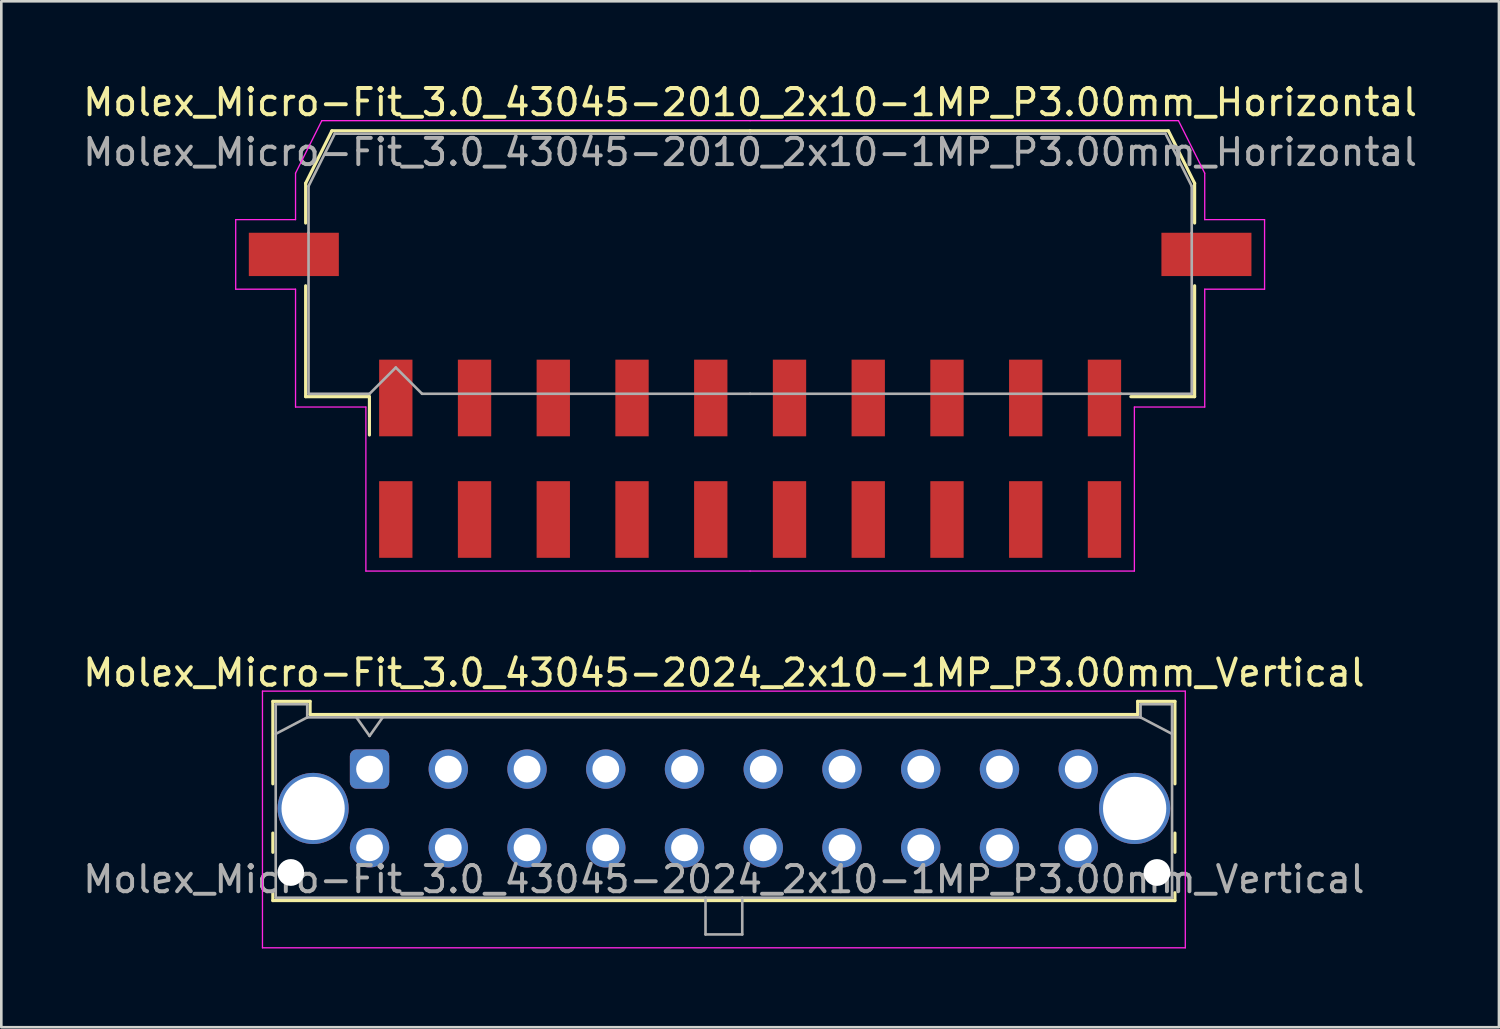
<source format=kicad_pcb>
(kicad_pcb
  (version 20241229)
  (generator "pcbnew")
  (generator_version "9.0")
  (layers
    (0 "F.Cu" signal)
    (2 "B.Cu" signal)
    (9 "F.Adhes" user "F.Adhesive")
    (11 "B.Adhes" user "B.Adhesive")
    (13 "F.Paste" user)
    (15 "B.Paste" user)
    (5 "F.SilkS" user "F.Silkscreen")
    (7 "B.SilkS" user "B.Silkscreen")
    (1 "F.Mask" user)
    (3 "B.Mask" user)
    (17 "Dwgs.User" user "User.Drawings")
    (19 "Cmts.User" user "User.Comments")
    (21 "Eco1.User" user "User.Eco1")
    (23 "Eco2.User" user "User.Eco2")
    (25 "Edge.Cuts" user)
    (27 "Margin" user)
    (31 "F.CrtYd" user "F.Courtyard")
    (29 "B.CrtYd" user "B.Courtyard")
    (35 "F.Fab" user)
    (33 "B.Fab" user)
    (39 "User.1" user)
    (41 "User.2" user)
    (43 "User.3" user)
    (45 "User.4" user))
  (footprint "Molex_Micro-Fit_3.0_43045-2010_2x10-1MP_P3.00mm_Horizontal"
    (layer "F.Cu")
    (at 25.53 14.428)
    (property "Reference" "Molex_Micro-Fit_3.0_43045-2010_2x10-1MP_P3.00mm_Horizontal" (at 0 -13.58 0) (layer "F.SilkS") (effects (font (size 1 1) (thickness 0.15))))
    (attr smd)
    (fp_line (start -16.935 -10.495) (end -16.935 -8.98) (stroke (width 0.12) (type solid)) (layer "F.SilkS"))
    (fp_line (start -16.935 -6.59) (end -16.935 -2.365) (stroke (width 0.12) (type solid)) (layer "F.SilkS"))
    (fp_line (start -16.935 -2.365) (end -14.505 -2.365) (stroke (width 0.12) (type solid)) (layer "F.SilkS"))
    (fp_line (start -15.935 -12.495) (end -16.935 -10.495) (stroke (width 0.12) (type solid)) (layer "F.SilkS"))
    (fp_line (start -14.505 -2.365) (end -14.505 -0.905) (stroke (width 0.12) (type solid)) (layer "F.SilkS"))
    (fp_line (start 0 -12.495) (end -15.935 -12.495) (stroke (width 0.12) (type solid)) (layer "F.SilkS"))
    (fp_line (start 0 -12.495) (end 15.935 -12.495) (stroke (width 0.12) (type solid)) (layer "F.SilkS"))
    (fp_line (start 15.935 -12.495) (end 16.935 -10.495) (stroke (width 0.12) (type solid)) (layer "F.SilkS"))
    (fp_line (start 16.935 -10.495) (end 16.935 -8.98) (stroke (width 0.12) (type solid)) (layer "F.SilkS"))
    (fp_line (start 16.935 -6.59) (end 16.935 -2.365) (stroke (width 0.12) (type solid)) (layer "F.SilkS"))
    (fp_line (start 16.935 -2.365) (end 14.505 -2.365) (stroke (width 0.12) (type solid)) (layer "F.SilkS"))
    (fp_line (start -19.6 -9.11) (end -19.6 -6.46) (stroke (width 0.05) (type solid)) (layer "F.CrtYd"))
    (fp_line (start -19.6 -6.46) (end -17.32 -6.46) (stroke (width 0.05) (type solid)) (layer "F.CrtYd"))
    (fp_line (start -17.32 -10.88) (end -17.32 -9.11) (stroke (width 0.05) (type solid)) (layer "F.CrtYd"))
    (fp_line (start -17.32 -9.11) (end -19.6 -9.11) (stroke (width 0.05) (type solid)) (layer "F.CrtYd"))
    (fp_line (start -17.32 -6.46) (end -17.32 -1.97) (stroke (width 0.05) (type solid)) (layer "F.CrtYd"))
    (fp_line (start -17.32 -1.97) (end -14.64 -1.97) (stroke (width 0.05) (type solid)) (layer "F.CrtYd"))
    (fp_line (start -16.32 -12.88) (end -17.32 -10.88) (stroke (width 0.05) (type solid)) (layer "F.CrtYd"))
    (fp_line (start -14.64 -1.97) (end -14.64 4.28) (stroke (width 0.05) (type solid)) (layer "F.CrtYd"))
    (fp_line (start -14.64 4.28) (end 0 4.28) (stroke (width 0.05) (type solid)) (layer "F.CrtYd"))
    (fp_line (start 0 -12.88) (end -16.32 -12.88) (stroke (width 0.05) (type solid)) (layer "F.CrtYd"))
    (fp_line (start 0 -12.88) (end 16.32 -12.88) (stroke (width 0.05) (type solid)) (layer "F.CrtYd"))
    (fp_line (start 14.64 -1.97) (end 14.64 4.28) (stroke (width 0.05) (type solid)) (layer "F.CrtYd"))
    (fp_line (start 14.64 4.28) (end 0 4.28) (stroke (width 0.05) (type solid)) (layer "F.CrtYd"))
    (fp_line (start 16.32 -12.88) (end 17.32 -10.88) (stroke (width 0.05) (type solid)) (layer "F.CrtYd"))
    (fp_line (start 17.32 -10.88) (end 17.32 -9.11) (stroke (width 0.05) (type solid)) (layer "F.CrtYd"))
    (fp_line (start 17.32 -9.11) (end 19.6 -9.11) (stroke (width 0.05) (type solid)) (layer "F.CrtYd"))
    (fp_line (start 17.32 -6.46) (end 17.32 -1.97) (stroke (width 0.05) (type solid)) (layer "F.CrtYd"))
    (fp_line (start 17.32 -1.97) (end 14.64 -1.97) (stroke (width 0.05) (type solid)) (layer "F.CrtYd"))
    (fp_line (start 19.6 -9.11) (end 19.6 -6.46) (stroke (width 0.05) (type solid)) (layer "F.CrtYd"))
    (fp_line (start 19.6 -6.46) (end 17.32 -6.46) (stroke (width 0.05) (type solid)) (layer "F.CrtYd"))
    (fp_line (start -16.825 -10.385) (end -16.825 -8.61) (stroke (width 0.1) (type solid)) (layer "F.Fab"))
    (fp_line (start -16.825 -8.61) (end -16.825 -2.475) (stroke (width 0.1) (type solid)) (layer "F.Fab"))
    (fp_line (start -16.825 -2.475) (end -14.5 -2.475) (stroke (width 0.1) (type solid)) (layer "F.Fab"))
    (fp_line (start -15.825 -12.385) (end -16.825 -10.385) (stroke (width 0.1) (type solid)) (layer "F.Fab"))
    (fp_line (start -14.5 -2.475) (end -13.5 -3.475) (stroke (width 0.1) (type solid)) (layer "F.Fab"))
    (fp_line (start -13.5 -3.475) (end -12.5 -2.475) (stroke (width 0.1) (type solid)) (layer "F.Fab"))
    (fp_line (start -12.5 -2.475) (end 0 -2.475) (stroke (width 0.1) (type solid)) (layer "F.Fab"))
    (fp_line (start 0 -12.385) (end -15.825 -12.385) (stroke (width 0.1) (type solid)) (layer "F.Fab"))
    (fp_line (start 0 -12.385) (end 15.825 -12.385) (stroke (width 0.1) (type solid)) (layer "F.Fab"))
    (fp_line (start 14.135 -2.475) (end 0 -2.475) (stroke (width 0.1) (type solid)) (layer "F.Fab"))
    (fp_line (start 15.825 -12.385) (end 16.825 -10.385) (stroke (width 0.1) (type solid)) (layer "F.Fab"))
    (fp_line (start 16.825 -10.385) (end 16.825 -8.61) (stroke (width 0.1) (type solid)) (layer "F.Fab"))
    (fp_line (start 16.825 -8.61) (end 16.825 -2.475) (stroke (width 0.1) (type solid)) (layer "F.Fab"))
    (fp_line (start 16.825 -2.475) (end 14.135 -2.475) (stroke (width 0.1) (type solid)) (layer "F.Fab"))
    (fp_text user "${REFERENCE}" (at 0 -11.68 0) (layer "F.Fab") (effects (font (size 1 1) (thickness 0.15))))
    (pad "1" smd rect (at -13.5 -2.315) (size 1.27 2.92) (layers "F.Cu" "F.Mask" "F.Paste"))
    (pad "2" smd rect (at -10.5 -2.315) (size 1.27 2.92) (layers "F.Cu" "F.Mask" "F.Paste"))
    (pad "3" smd rect (at -7.5 -2.315) (size 1.27 2.92) (layers "F.Cu" "F.Mask" "F.Paste"))
    (pad "4" smd rect (at -4.5 -2.315) (size 1.27 2.92) (layers "F.Cu" "F.Mask" "F.Paste"))
    (pad "5" smd rect (at -1.5 -2.315) (size 1.27 2.92) (layers "F.Cu" "F.Mask" "F.Paste"))
    (pad "6" smd rect (at 1.5 -2.315) (size 1.27 2.92) (layers "F.Cu" "F.Mask" "F.Paste"))
    (pad "7" smd rect (at 4.5 -2.315) (size 1.27 2.92) (layers "F.Cu" "F.Mask" "F.Paste"))
    (pad "8" smd rect (at 7.5 -2.315) (size 1.27 2.92) (layers "F.Cu" "F.Mask" "F.Paste"))
    (pad "9" smd rect (at 10.5 -2.315) (size 1.27 2.92) (layers "F.Cu" "F.Mask" "F.Paste"))
    (pad "10" smd rect (at 13.5 -2.315) (size 1.27 2.92) (layers "F.Cu" "F.Mask" "F.Paste"))
    (pad "11" smd rect (at -13.5 2.315) (size 1.27 2.92) (layers "F.Cu" "F.Mask" "F.Paste"))
    (pad "12" smd rect (at -10.5 2.315) (size 1.27 2.92) (layers "F.Cu" "F.Mask" "F.Paste"))
    (pad "13" smd rect (at -7.5 2.315) (size 1.27 2.92) (layers "F.Cu" "F.Mask" "F.Paste"))
    (pad "14" smd rect (at -4.5 2.315) (size 1.27 2.92) (layers "F.Cu" "F.Mask" "F.Paste"))
    (pad "15" smd rect (at -1.5 2.315) (size 1.27 2.92) (layers "F.Cu" "F.Mask" "F.Paste"))
    (pad "16" smd rect (at 1.5 2.315) (size 1.27 2.92) (layers "F.Cu" "F.Mask" "F.Paste"))
    (pad "17" smd rect (at 4.5 2.315) (size 1.27 2.92) (layers "F.Cu" "F.Mask" "F.Paste"))
    (pad "18" smd rect (at 7.5 2.315) (size 1.27 2.92) (layers "F.Cu" "F.Mask" "F.Paste"))
    (pad "19" smd rect (at 10.5 2.315) (size 1.27 2.92) (layers "F.Cu" "F.Mask" "F.Paste"))
    (pad "20" smd rect (at 13.5 2.315) (size 1.27 2.92) (layers "F.Cu" "F.Mask" "F.Paste"))
    (pad "MP" smd rect (at -17.385 -7.785) (size 3.43 1.65) (layers "F.Cu" "F.Mask" "F.Paste"))
    (pad "MP" smd rect (at 17.385 -7.785) (size 3.43 1.65) (layers "F.Cu" "F.Mask" "F.Paste")))
  (footprint "Molex_Micro-Fit_3.0_43045-2024_2x10-1MP_P3.00mm_Vertical"
    (layer "F.Cu")
    (at 11.03 26.252)
    (property "Reference" "Molex_Micro-Fit_3.0_43045-2024_2x10-1MP_P3.00mm_Vertical" (at 13.5 -3.67 0) (layer "F.SilkS") (effects (font (size 1 1) (thickness 0.15))))
    (fp_line (start -3.685 -2.58) (end -2.265 -2.58) (stroke (width 0.12) (type solid)) (layer "F.SilkS"))
    (fp_line (start -3.685 0.562) (end -3.685 -2.58) (stroke (width 0.12) (type solid)) (layer "F.SilkS"))
    (fp_line (start -3.685 2.438) (end -3.685 3.17) (stroke (width 0.12) (type solid)) (layer "F.SilkS"))
    (fp_line (start -3.685 4.71) (end -3.685 5.01) (stroke (width 0.12) (type solid)) (layer "F.SilkS"))
    (fp_line (start -3.685 5.01) (end 30.685 5.01) (stroke (width 0.12) (type solid)) (layer "F.SilkS"))
    (fp_line (start -2.265 -2.58) (end -2.265 -2.08) (stroke (width 0.12) (type solid)) (layer "F.SilkS"))
    (fp_line (start -2.265 -2.08) (end 29.265 -2.08) (stroke (width 0.12) (type solid)) (layer "F.SilkS"))
    (fp_line (start 29.265 -2.58) (end 30.685 -2.58) (stroke (width 0.12) (type solid)) (layer "F.SilkS"))
    (fp_line (start 29.265 -2.08) (end 29.265 -2.58) (stroke (width 0.12) (type solid)) (layer "F.SilkS"))
    (fp_line (start 30.685 -2.58) (end 30.685 0.562) (stroke (width 0.12) (type solid)) (layer "F.SilkS"))
    (fp_line (start 30.685 2.438) (end 30.685 3.17) (stroke (width 0.12) (type solid)) (layer "F.SilkS"))
    (fp_line (start 30.685 5.01) (end 30.685 4.71) (stroke (width 0.12) (type solid)) (layer "F.SilkS"))
    (fp_line (start -4.08 -2.97) (end 31.08 -2.97) (stroke (width 0.05) (type solid)) (layer "F.CrtYd"))
    (fp_line (start -4.08 6.81) (end -4.08 -2.97) (stroke (width 0.05) (type solid)) (layer "F.CrtYd"))
    (fp_line (start 31.08 -2.97) (end 31.08 6.81) (stroke (width 0.05) (type solid)) (layer "F.CrtYd"))
    (fp_line (start 31.08 6.81) (end -4.08 6.81) (stroke (width 0.05) (type solid)) (layer "F.CrtYd"))
    (fp_line (start -3.575 -2.47) (end -3.575 4.9) (stroke (width 0.1) (type solid)) (layer "F.Fab"))
    (fp_line (start -3.575 -1.34) (end -2.375 -1.97) (stroke (width 0.1) (type solid)) (layer "F.Fab"))
    (fp_line (start -3.575 4.9) (end 30.575 4.9) (stroke (width 0.1) (type solid)) (layer "F.Fab"))
    (fp_line (start -2.375 -2.47) (end -3.575 -2.47) (stroke (width 0.1) (type solid)) (layer "F.Fab"))
    (fp_line (start -2.375 -1.97) (end -2.375 -2.47) (stroke (width 0.1) (type solid)) (layer "F.Fab"))
    (fp_line (start -0.5 -1.97) (end 0 -1.263) (stroke (width 0.1) (type solid)) (layer "F.Fab"))
    (fp_line (start 0 -1.263) (end 0.5 -1.97) (stroke (width 0.1) (type solid)) (layer "F.Fab"))
    (fp_line (start 12.8 4.9) (end 12.8 6.3) (stroke (width 0.1) (type solid)) (layer "F.Fab"))
    (fp_line (start 12.8 6.3) (end 14.2 6.3) (stroke (width 0.1) (type solid)) (layer "F.Fab"))
    (fp_line (start 14.2 6.3) (end 14.2 4.9) (stroke (width 0.1) (type solid)) (layer "F.Fab"))
    (fp_line (start 29.375 -2.47) (end 29.375 -1.97) (stroke (width 0.1) (type solid)) (layer "F.Fab"))
    (fp_line (start 29.375 -1.97) (end -2.375 -1.97) (stroke (width 0.1) (type solid)) (layer "F.Fab"))
    (fp_line (start 30.575 -2.47) (end 29.375 -2.47) (stroke (width 0.1) (type solid)) (layer "F.Fab"))
    (fp_line (start 30.575 -1.34) (end 29.375 -1.97) (stroke (width 0.1) (type solid)) (layer "F.Fab"))
    (fp_line (start 30.575 4.9) (end 30.575 -2.47) (stroke (width 0.1) (type solid)) (layer "F.Fab"))
    (fp_text user "${REFERENCE}" (at 13.5 4.2 0) (layer "F.Fab") (effects (font (size 1 1) (thickness 0.15))))
    (pad "" np_thru_hole circle (at -3 3.94) (size 1.02 1.02) (drill 1.02) (layers "*.Cu" "*.Mask"))
    (pad "" np_thru_hole circle (at 30 3.94) (size 1.02 1.02) (drill 1.02) (layers "*.Cu" "*.Mask"))
    (pad "1" thru_hole roundrect (at 0 0) (size 1.5 1.5) (drill 1.02) (layers "*.Cu" "*.Mask") (roundrect_rratio 0.167))
    (pad "2" thru_hole circle (at 3 0) (size 1.5 1.5) (drill 1.02) (layers "*.Cu" "*.Mask"))
    (pad "3" thru_hole circle (at 6 0) (size 1.5 1.5) (drill 1.02) (layers "*.Cu" "*.Mask"))
    (pad "4" thru_hole circle (at 9 0) (size 1.5 1.5) (drill 1.02) (layers "*.Cu" "*.Mask"))
    (pad "5" thru_hole circle (at 12 0) (size 1.5 1.5) (drill 1.02) (layers "*.Cu" "*.Mask"))
    (pad "6" thru_hole circle (at 15 0) (size 1.5 1.5) (drill 1.02) (layers "*.Cu" "*.Mask"))
    (pad "7" thru_hole circle (at 18 0) (size 1.5 1.5) (drill 1.02) (layers "*.Cu" "*.Mask"))
    (pad "8" thru_hole circle (at 21 0) (size 1.5 1.5) (drill 1.02) (layers "*.Cu" "*.Mask"))
    (pad "9" thru_hole circle (at 24 0) (size 1.5 1.5) (drill 1.02) (layers "*.Cu" "*.Mask"))
    (pad "10" thru_hole circle (at 27 0) (size 1.5 1.5) (drill 1.02) (layers "*.Cu" "*.Mask"))
    (pad "11" thru_hole circle (at 0 3) (size 1.5 1.5) (drill 1.02) (layers "*.Cu" "*.Mask"))
    (pad "12" thru_hole circle (at 3 3) (size 1.5 1.5) (drill 1.02) (layers "*.Cu" "*.Mask"))
    (pad "13" thru_hole circle (at 6 3) (size 1.5 1.5) (drill 1.02) (layers "*.Cu" "*.Mask"))
    (pad "14" thru_hole circle (at 9 3) (size 1.5 1.5) (drill 1.02) (layers "*.Cu" "*.Mask"))
    (pad "15" thru_hole circle (at 12 3) (size 1.5 1.5) (drill 1.02) (layers "*.Cu" "*.Mask"))
    (pad "16" thru_hole circle (at 15 3) (size 1.5 1.5) (drill 1.02) (layers "*.Cu" "*.Mask"))
    (pad "17" thru_hole circle (at 18 3) (size 1.5 1.5) (drill 1.02) (layers "*.Cu" "*.Mask"))
    (pad "18" thru_hole circle (at 21 3) (size 1.5 1.5) (drill 1.02) (layers "*.Cu" "*.Mask"))
    (pad "19" thru_hole circle (at 24 3) (size 1.5 1.5) (drill 1.02) (layers "*.Cu" "*.Mask"))
    (pad "20" thru_hole circle (at 27 3) (size 1.5 1.5) (drill 1.02) (layers "*.Cu" "*.Mask"))
    (pad "MP" thru_hole circle (at -2.15 1.5) (size 2.71 2.71) (drill 2.41) (layers "*.Cu" "*.Mask"))
    (pad "MP" thru_hole circle (at 29.15 1.5) (size 2.71 2.71) (drill 2.41) (layers "*.Cu" "*.Mask")))
  (gr_rect
    (start -3 -3)
    (end 54.06 36.087)
    (stroke (width 0.1) (type default))
    (fill no)
    (layer "Edge.Cuts")))
</source>
